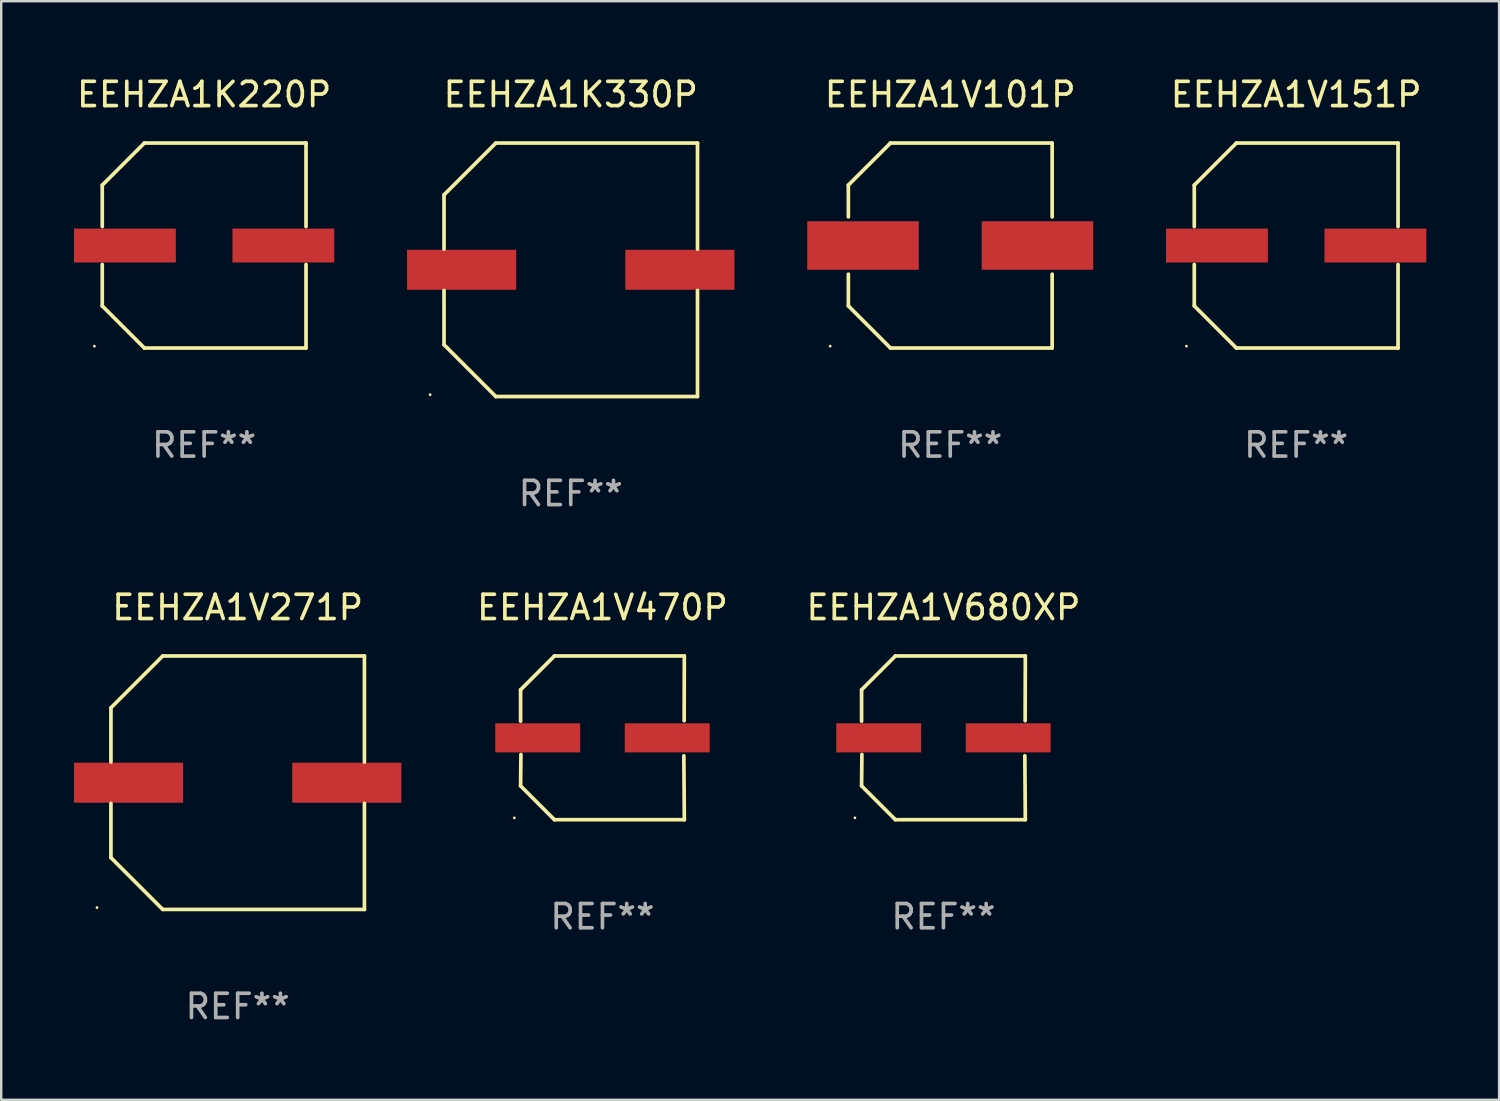
<source format=kicad_pcb>
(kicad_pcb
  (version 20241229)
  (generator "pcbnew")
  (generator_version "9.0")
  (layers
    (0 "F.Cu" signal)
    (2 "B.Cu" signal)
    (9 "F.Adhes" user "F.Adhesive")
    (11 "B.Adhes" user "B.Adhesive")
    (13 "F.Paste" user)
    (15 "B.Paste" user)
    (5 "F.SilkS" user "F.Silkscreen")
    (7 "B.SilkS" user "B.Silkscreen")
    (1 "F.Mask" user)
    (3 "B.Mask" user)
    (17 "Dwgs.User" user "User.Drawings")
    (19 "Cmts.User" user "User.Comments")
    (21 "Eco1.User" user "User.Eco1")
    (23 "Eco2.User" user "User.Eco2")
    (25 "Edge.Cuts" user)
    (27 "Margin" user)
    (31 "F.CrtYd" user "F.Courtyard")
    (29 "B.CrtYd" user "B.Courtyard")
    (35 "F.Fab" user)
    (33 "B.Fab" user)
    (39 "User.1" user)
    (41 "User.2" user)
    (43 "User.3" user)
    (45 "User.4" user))
  (footprint "EEHZA1V271P"
    (layer "F.Cu")
    (at 6.75 29.223)
    (property "Reference" "EEHZA1V271P" (at 0 -7.226 0) (layer "F.SilkS") (effects (font (size 1 1) (thickness 0.15))))
    (attr through_hole)
    (fp_line (start -5.226 -3.09) (end -5.226 -0.852) (stroke (width 0.152) (type solid)) (layer "F.SilkS"))
    (fp_line (start -5.226 3.09) (end -5.226 0.852) (stroke (width 0.152) (type solid)) (layer "F.SilkS"))
    (fp_line (start -3.09 -5.226) (end -5.226 -3.09) (stroke (width 0.152) (type solid)) (layer "F.SilkS"))
    (fp_line (start -3.09 5.226) (end -5.226 3.09) (stroke (width 0.152) (type solid)) (layer "F.SilkS"))
    (fp_line (start 5.226 -5.226) (end -3.09 -5.226) (stroke (width 0.152) (type solid)) (layer "F.SilkS"))
    (fp_line (start 5.226 -0.852) (end 5.226 -5.226) (stroke (width 0.152) (type solid)) (layer "F.SilkS"))
    (fp_line (start 5.226 0.852) (end 5.226 5.226) (stroke (width 0.152) (type solid)) (layer "F.SilkS"))
    (fp_line (start 5.226 5.226) (end -3.09 5.226) (stroke (width 0.152) (type solid)) (layer "F.SilkS"))
    (fp_circle (center -5.8 5.15) (end -5.77 5.15) (stroke (width 0.06) (type solid)) (fill no) (layer "F.SilkS"))
    (fp_text user "REF**" (at 0 9.226 0) (layer "F.Fab") (effects (font (size 1 1) (thickness 0.15))))
    (pad "1" smd rect (at -4.5 0) (size 4.5 1.65) (layers "F.Cu" "F.Mask" "F.Paste"))
    (pad "2" smd rect (at 4.5 0) (size 4.5 1.65) (layers "F.Cu" "F.Mask" "F.Paste")))
  (footprint "EEHZA1V151P"
    (layer "F.Cu")
    (at 50.394 7.074)
    (property "Reference" "EEHZA1V151P" (at 0 -6.226 0) (layer "F.SilkS") (effects (font (size 1 1) (thickness 0.15))))
    (attr through_hole)
    (fp_line (start -4.201 -2.49) (end -4.201 -0.782) (stroke (width 0.152) (type solid)) (layer "F.SilkS"))
    (fp_line (start -4.201 2.49) (end -4.201 0.782) (stroke (width 0.152) (type solid)) (layer "F.SilkS"))
    (fp_line (start -2.465 -4.226) (end -4.201 -2.49) (stroke (width 0.152) (type solid)) (layer "F.SilkS"))
    (fp_line (start -2.465 4.226) (end -4.201 2.49) (stroke (width 0.152) (type solid)) (layer "F.SilkS"))
    (fp_line (start 4.201 -4.226) (end -2.465 -4.226) (stroke (width 0.152) (type solid)) (layer "F.SilkS"))
    (fp_line (start 4.201 -0.782) (end 4.201 -4.226) (stroke (width 0.152) (type solid)) (layer "F.SilkS"))
    (fp_line (start 4.201 0.782) (end 4.201 4.226) (stroke (width 0.152) (type solid)) (layer "F.SilkS"))
    (fp_line (start 4.201 4.226) (end -2.465 4.226) (stroke (width 0.152) (type solid)) (layer "F.SilkS"))
    (fp_circle (center -4.524 4.15) (end -4.494 4.15) (stroke (width 0.06) (type solid)) (fill no) (layer "F.SilkS"))
    (fp_text user "REF**" (at 0 8.226 0) (layer "F.Fab") (effects (font (size 1 1) (thickness 0.15))))
    (pad "1" smd rect (at -3.267 0) (size 4.2 1.4) (layers "F.Cu" "F.Mask" "F.Paste"))
    (pad "2" smd rect (at 3.267 0) (size 4.2 1.4) (layers "F.Cu" "F.Mask" "F.Paste")))
  (footprint "EEHZA1V101P"
    (layer "F.Cu")
    (at 36.131 7.074)
    (property "Reference" "EEHZA1V101P" (at 0 -6.226 0) (layer "F.SilkS") (effects (font (size 1 1) (thickness 0.15))))
    (attr through_hole)
    (fp_line (start -4.201 -1.181) (end -4.201 -2.491) (stroke (width 0.152) (type solid)) (layer "F.SilkS"))
    (fp_line (start -4.201 2.489) (end -4.201 1.18) (stroke (width 0.152) (type solid)) (layer "F.SilkS"))
    (fp_line (start -2.465 -4.226) (end -4.202 -2.491) (stroke (width 0.152) (type solid)) (layer "F.SilkS"))
    (fp_line (start -2.465 4.226) (end -4.201 2.489) (stroke (width 0.152) (type solid)) (layer "F.SilkS"))
    (fp_line (start 4.201 4.226) (end -2.465 4.226) (stroke (width 0.152) (type solid)) (layer "F.SilkS"))
    (fp_line (start 4.202 -4.226) (end -2.465 -4.226) (stroke (width 0.152) (type solid)) (layer "F.SilkS"))
    (fp_line (start 4.202 -4.226) (end 4.202 -1.181) (stroke (width 0.152) (type solid)) (layer "F.SilkS"))
    (fp_line (start 4.202 1.18) (end 4.202 4.226) (stroke (width 0.152) (type solid)) (layer "F.SilkS"))
    (fp_circle (center -4.95 4.149) (end -4.92 4.149) (stroke (width 0.06) (type solid)) (fill no) (layer "F.SilkS"))
    (fp_text user "REF**" (at 0 8.226 0) (layer "F.Fab") (effects (font (size 1 1) (thickness 0.15))))
    (pad "1" smd rect (at -3.596 -0.001) (size 4.6 2) (layers "F.Cu" "F.Mask" "F.Paste"))
    (pad "2" smd rect (at 3.596 -0.001) (size 4.6 2) (layers "F.Cu" "F.Mask" "F.Paste")))
  (footprint "EEHZA1K330P"
    (layer "F.Cu")
    (at 20.484 8.074)
    (property "Reference" "EEHZA1K330P" (at 0 -7.226 0) (layer "F.SilkS") (effects (font (size 1 1) (thickness 0.15))))
    (attr through_hole)
    (fp_line (start -5.226 -3.09) (end -5.226 -0.852) (stroke (width 0.152) (type solid)) (layer "F.SilkS"))
    (fp_line (start -5.226 3.09) (end -5.226 0.852) (stroke (width 0.152) (type solid)) (layer "F.SilkS"))
    (fp_line (start -3.09 -5.226) (end -5.226 -3.09) (stroke (width 0.152) (type solid)) (layer "F.SilkS"))
    (fp_line (start -3.09 5.226) (end -5.226 3.09) (stroke (width 0.152) (type solid)) (layer "F.SilkS"))
    (fp_line (start 5.226 -5.226) (end -3.09 -5.226) (stroke (width 0.152) (type solid)) (layer "F.SilkS"))
    (fp_line (start 5.226 -0.852) (end 5.226 -5.226) (stroke (width 0.152) (type solid)) (layer "F.SilkS"))
    (fp_line (start 5.226 0.852) (end 5.226 5.226) (stroke (width 0.152) (type solid)) (layer "F.SilkS"))
    (fp_line (start 5.226 5.226) (end -3.09 5.226) (stroke (width 0.152) (type solid)) (layer "F.SilkS"))
    (fp_circle (center -5.8 5.15) (end -5.77 5.15) (stroke (width 0.06) (type solid)) (fill no) (layer "F.SilkS"))
    (fp_text user "REF**" (at 0 9.226 0) (layer "F.Fab") (effects (font (size 1 1) (thickness 0.15))))
    (pad "1" smd rect (at -4.5 0) (size 4.5 1.65) (layers "F.Cu" "F.Mask" "F.Paste"))
    (pad "2" smd rect (at 4.5 0) (size 4.5 1.65) (layers "F.Cu" "F.Mask" "F.Paste")))
  (footprint "EEHZA1V680XP"
    (layer "F.Cu")
    (at 35.851 27.373)
    (property "Reference" "EEHZA1V680XP" (at 0 -5.376 0) (layer "F.SilkS") (effects (font (size 1 1) (thickness 0.15))))
    (attr through_hole)
    (fp_line (start -3.376 -1.98) (end -3.376 -0.686) (stroke (width 0.152) (type solid)) (layer "F.SilkS"))
    (fp_line (start -3.376 1.981) (end -3.362 0.686) (stroke (width 0.152) (type solid)) (layer "F.SilkS"))
    (fp_line (start -1.981 3.376) (end -3.376 1.981) (stroke (width 0.152) (type solid)) (layer "F.SilkS"))
    (fp_line (start -1.98 -3.376) (end -3.376 -1.98) (stroke (width 0.152) (type solid)) (layer "F.SilkS"))
    (fp_line (start 3.356 0.74) (end 3.376 3.376) (stroke (width 0.152) (type solid)) (layer "F.SilkS"))
    (fp_line (start 3.369 -0.707) (end 3.376 -3.376) (stroke (width 0.152) (type solid)) (layer "F.SilkS"))
    (fp_line (start 3.376 3.376) (end -1.981 3.376) (stroke (width 0.152) (type solid)) (layer "F.SilkS"))
    (fp_line (start 3.376 -3.376) (end -1.98 -3.376) (stroke (width 0.152) (type solid)) (layer "F.SilkS"))
    (fp_circle (center -3.652 3.3) (end -3.622 3.3) (stroke (width 0.06) (type solid)) (fill no) (layer "F.SilkS"))
    (fp_text user "REF**" (at 0 7.376 0) (layer "F.Fab") (effects (font (size 1 1) (thickness 0.15))))
    (pad "1" smd rect (at -2.67 0.000229) (size 3.5 1.2) (layers "F.Cu" "F.Mask" "F.Paste"))
    (pad "2" smd rect (at 2.67 0.000229) (size 3.5 1.2) (layers "F.Cu" "F.Mask" "F.Paste")))
  (footprint "EEHZA1K220P"
    (layer "F.Cu")
    (at 5.367 7.074)
    (property "Reference" "EEHZA1K220P" (at 0 -6.226 0) (layer "F.SilkS") (effects (font (size 1 1) (thickness 0.15))))
    (attr through_hole)
    (fp_line (start -4.201 -2.49) (end -4.201 -0.782) (stroke (width 0.152) (type solid)) (layer "F.SilkS"))
    (fp_line (start -4.201 2.49) (end -4.201 0.782) (stroke (width 0.152) (type solid)) (layer "F.SilkS"))
    (fp_line (start -2.465 -4.226) (end -4.201 -2.49) (stroke (width 0.152) (type solid)) (layer "F.SilkS"))
    (fp_line (start -2.465 4.226) (end -4.201 2.49) (stroke (width 0.152) (type solid)) (layer "F.SilkS"))
    (fp_line (start 4.201 -4.226) (end -2.465 -4.226) (stroke (width 0.152) (type solid)) (layer "F.SilkS"))
    (fp_line (start 4.201 -0.782) (end 4.201 -4.226) (stroke (width 0.152) (type solid)) (layer "F.SilkS"))
    (fp_line (start 4.201 0.782) (end 4.201 4.226) (stroke (width 0.152) (type solid)) (layer "F.SilkS"))
    (fp_line (start 4.201 4.226) (end -2.465 4.226) (stroke (width 0.152) (type solid)) (layer "F.SilkS"))
    (fp_circle (center -4.524 4.15) (end -4.494 4.15) (stroke (width 0.06) (type solid)) (fill no) (layer "F.SilkS"))
    (fp_text user "REF**" (at 0 8.226 0) (layer "F.Fab") (effects (font (size 1 1) (thickness 0.15))))
    (pad "1" smd rect (at -3.267 0) (size 4.2 1.4) (layers "F.Cu" "F.Mask" "F.Paste"))
    (pad "2" smd rect (at 3.267 0) (size 4.2 1.4) (layers "F.Cu" "F.Mask" "F.Paste")))
  (footprint "EEHZA1V470P"
    (layer "F.Cu")
    (at 21.791 27.373)
    (property "Reference" "EEHZA1V470P" (at 0 -5.376 0) (layer "F.SilkS") (effects (font (size 1 1) (thickness 0.15))))
    (attr through_hole)
    (fp_line (start -3.376 -1.98) (end -3.376 -0.686) (stroke (width 0.152) (type solid)) (layer "F.SilkS"))
    (fp_line (start -3.376 1.981) (end -3.362 0.686) (stroke (width 0.152) (type solid)) (layer "F.SilkS"))
    (fp_line (start -1.981 3.376) (end -3.376 1.981) (stroke (width 0.152) (type solid)) (layer "F.SilkS"))
    (fp_line (start -1.98 -3.376) (end -3.376 -1.98) (stroke (width 0.152) (type solid)) (layer "F.SilkS"))
    (fp_line (start 3.356 0.74) (end 3.376 3.376) (stroke (width 0.152) (type solid)) (layer "F.SilkS"))
    (fp_line (start 3.369 -0.707) (end 3.376 -3.376) (stroke (width 0.152) (type solid)) (layer "F.SilkS"))
    (fp_line (start 3.376 3.376) (end -1.981 3.376) (stroke (width 0.152) (type solid)) (layer "F.SilkS"))
    (fp_line (start 3.376 -3.376) (end -1.98 -3.376) (stroke (width 0.152) (type solid)) (layer "F.SilkS"))
    (fp_circle (center -3.634 3.3) (end -3.604 3.3) (stroke (width 0.06) (type solid)) (fill no) (layer "F.SilkS"))
    (fp_text user "REF**" (at 0 7.376 0) (layer "F.Fab") (effects (font (size 1 1) (thickness 0.15))))
    (pad "1" smd rect (at -2.67 0.000254) (size 3.5 1.2) (layers "F.Cu" "F.Mask" "F.Paste"))
    (pad "2" smd rect (at 2.67 0.000254) (size 3.5 1.2) (layers "F.Cu" "F.Mask" "F.Paste")))
  (gr_rect
    (start -3 -3)
    (end 58.761 42.298)
    (stroke (width 0.1) (type default))
    (fill no)
    (layer "Edge.Cuts")))
</source>
